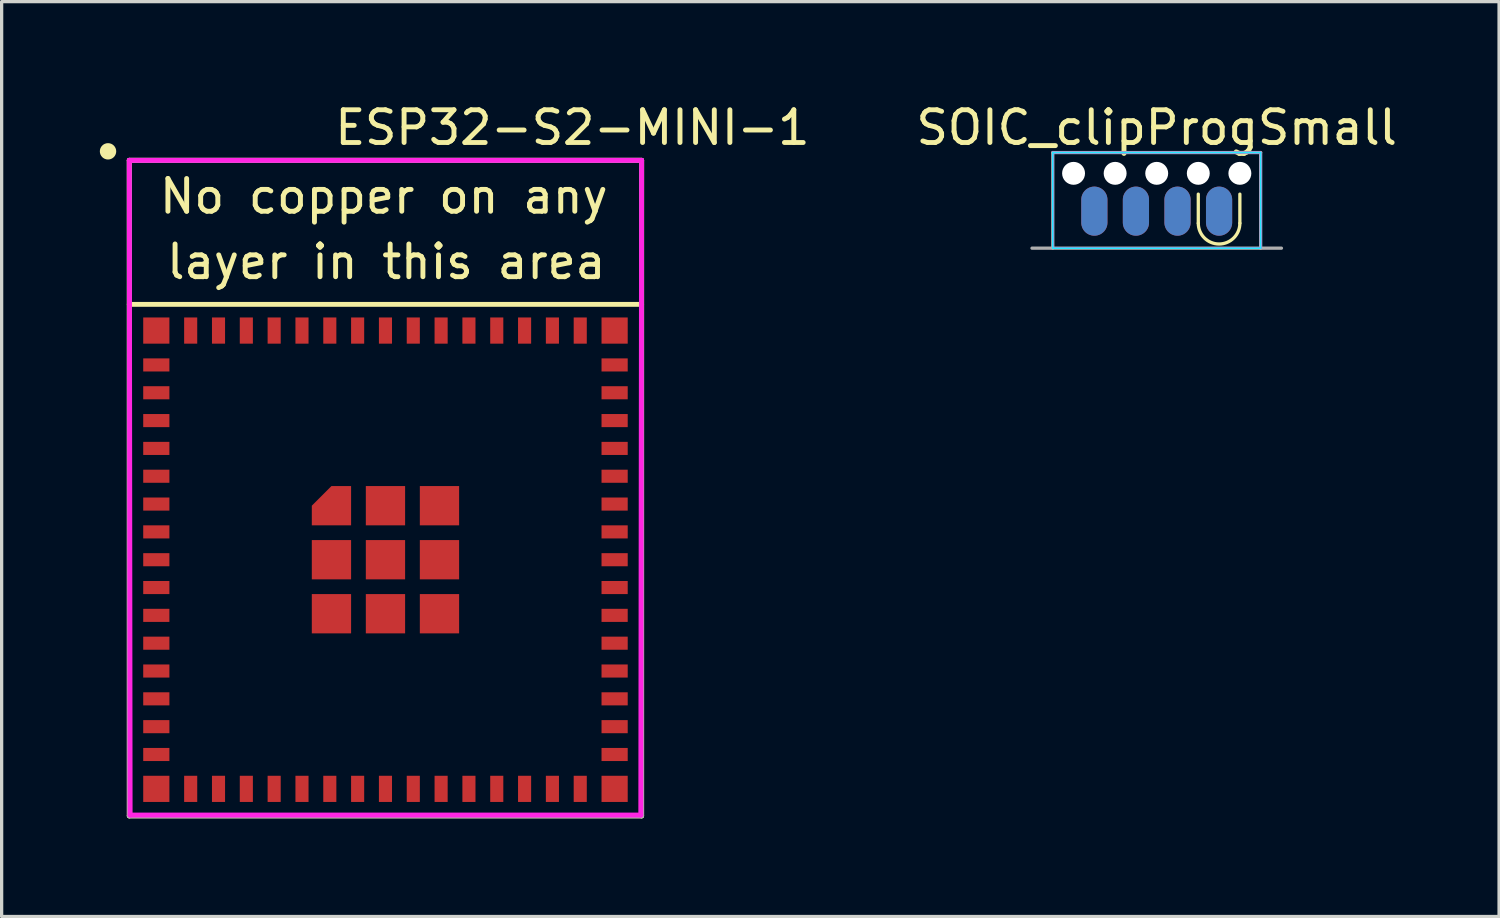
<source format=kicad_pcb>
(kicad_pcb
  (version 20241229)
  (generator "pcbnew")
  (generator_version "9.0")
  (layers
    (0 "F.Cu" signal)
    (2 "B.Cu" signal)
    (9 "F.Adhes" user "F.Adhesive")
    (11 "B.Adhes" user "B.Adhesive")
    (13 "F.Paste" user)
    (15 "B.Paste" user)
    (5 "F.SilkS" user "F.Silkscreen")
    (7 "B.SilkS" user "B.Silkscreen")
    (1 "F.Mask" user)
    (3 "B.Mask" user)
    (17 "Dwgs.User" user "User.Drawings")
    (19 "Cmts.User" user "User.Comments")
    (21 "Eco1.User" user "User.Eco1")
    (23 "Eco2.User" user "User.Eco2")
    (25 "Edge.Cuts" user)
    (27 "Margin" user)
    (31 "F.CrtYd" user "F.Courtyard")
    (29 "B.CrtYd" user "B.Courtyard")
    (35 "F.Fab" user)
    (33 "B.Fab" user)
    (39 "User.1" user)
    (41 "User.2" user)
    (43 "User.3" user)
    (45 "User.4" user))
  (footprint "ESP32-S2-MINI-1"
    (layer "F.Cu")
    (at 8.725 14.048)
    (property "Reference" "ESP32-S2-MINI-1" (at -1.625 -13.2 0) (layer "F.SilkS") (effects (font (size 1 1) (thickness 0.15)) (justify left)))
    (attr through_hole)
    (fp_line (start -7.825 -12.2) (end 7.825 -12.2) (stroke (width 0.15) (type solid)) (layer "F.SilkS"))
    (fp_line (start -7.825 -7.8) (end 7.825 -7.8) (stroke (width 0.15) (type solid)) (layer "F.SilkS"))
    (fp_line (start -7.825 7.825) (end -7.825 -12.2) (stroke (width 0.15) (type solid)) (layer "F.SilkS"))
    (fp_line (start 7.825 -12.2) (end 7.825 7.825) (stroke (width 0.15) (type solid)) (layer "F.SilkS"))
    (fp_line (start 7.825 7.825) (end -7.825 7.825) (stroke (width 0.15) (type solid)) (layer "F.SilkS"))
    (fp_circle (center -8.475 -12.475) (end -8.35 -12.475) (stroke (width 0.25) (type solid)) (fill no) (layer "F.SilkS"))
    (fp_line (start -7.825 -12.2) (end -7.8 7.8) (stroke (width 0.15) (type solid)) (layer "F.CrtYd"))
    (fp_line (start -7.8 7.8) (end 7.8 7.8) (stroke (width 0.15) (type solid)) (layer "F.CrtYd"))
    (fp_line (start 7.8 7.8) (end 7.825 -12.2) (stroke (width 0.15) (type solid)) (layer "F.CrtYd"))
    (fp_line (start 7.825 -12.2) (end -7.825 -12.2) (stroke (width 0.15) (type solid)) (layer "F.CrtYd"))
    (fp_line (start -7.825 -12.2) (end 7.825 -12.2) (stroke (width 0.15) (type solid)) (layer "F.Fab"))
    (fp_line (start -7.825 7.825) (end -7.825 -12.2) (stroke (width 0.15) (type solid)) (layer "F.Fab"))
    (fp_line (start 7.825 -12.2) (end 7.825 7.825) (stroke (width 0.15) (type solid)) (layer "F.Fab"))
    (fp_line (start 7.825 7.825) (end -7.825 7.825) (stroke (width 0.15) (type solid)) (layer "F.Fab"))
    (fp_text user "layer in this area" (at 0.025 -9.1 0) (layer "F.SilkS") (effects (font (size 1 1) (thickness 0.15))))
    (fp_text user "No copper on any" (at -0.05 -11.1 0) (layer "F.SilkS") (effects (font (size 1 1) (thickness 0.15))))
    (pad "1" smd rect (at -7 -5.95) (size 0.8 0.4) (layers "F.Cu" "F.Mask" "F.Paste"))
    (pad "2" smd rect (at -7 -5.1) (size 0.8 0.4) (layers "F.Cu" "F.Mask" "F.Paste"))
    (pad "3" smd rect (at -7 -4.25) (size 0.8 0.4) (layers "F.Cu" "F.Mask" "F.Paste"))
    (pad "4" smd rect (at -7 -3.4) (size 0.8 0.4) (layers "F.Cu" "F.Mask" "F.Paste"))
    (pad "5" smd rect (at -7 -2.55) (size 0.8 0.4) (layers "F.Cu" "F.Mask" "F.Paste"))
    (pad "6" smd rect (at -7 -1.7) (size 0.8 0.4) (layers "F.Cu" "F.Mask" "F.Paste"))
    (pad "7" smd rect (at -7 -0.85) (size 0.8 0.4) (layers "F.Cu" "F.Mask" "F.Paste"))
    (pad "8" smd rect (at -7 0) (size 0.8 0.4) (layers "F.Cu" "F.Mask" "F.Paste"))
    (pad "9" smd rect (at -7 0.85) (size 0.8 0.4) (layers "F.Cu" "F.Mask" "F.Paste"))
    (pad "10" smd rect (at -7 1.7) (size 0.8 0.4) (layers "F.Cu" "F.Mask" "F.Paste"))
    (pad "11" smd rect (at -7 2.55) (size 0.8 0.4) (layers "F.Cu" "F.Mask" "F.Paste"))
    (pad "12" smd rect (at -7 3.4) (size 0.8 0.4) (layers "F.Cu" "F.Mask" "F.Paste"))
    (pad "13" smd rect (at -7 4.25) (size 0.8 0.4) (layers "F.Cu" "F.Mask" "F.Paste"))
    (pad "14" smd rect (at -7 5.1) (size 0.8 0.4) (layers "F.Cu" "F.Mask" "F.Paste"))
    (pad "15" smd rect (at -7 5.95) (size 0.8 0.4) (layers "F.Cu" "F.Mask" "F.Paste"))
    (pad "16" smd rect (at -5.95 7) (size 0.4 0.8) (layers "F.Cu" "F.Mask" "F.Paste"))
    (pad "17" smd rect (at -5.1 7) (size 0.4 0.8) (layers "F.Cu" "F.Mask" "F.Paste"))
    (pad "18" smd rect (at -4.25 7) (size 0.4 0.8) (layers "F.Cu" "F.Mask" "F.Paste"))
    (pad "19" smd rect (at -3.4 7) (size 0.4 0.8) (layers "F.Cu" "F.Mask" "F.Paste"))
    (pad "20" smd rect (at -2.55 7) (size 0.4 0.8) (layers "F.Cu" "F.Mask" "F.Paste"))
    (pad "21" smd rect (at -1.7 7) (size 0.4 0.8) (layers "F.Cu" "F.Mask" "F.Paste"))
    (pad "22" smd rect (at -0.85 7) (size 0.4 0.8) (layers "F.Cu" "F.Mask" "F.Paste"))
    (pad "23" smd rect (at 0 7) (size 0.4 0.8) (layers "F.Cu" "F.Mask" "F.Paste"))
    (pad "24" smd rect (at 0.85 7) (size 0.4 0.8) (layers "F.Cu" "F.Mask" "F.Paste"))
    (pad "25" smd rect (at 1.7 7) (size 0.4 0.8) (layers "F.Cu" "F.Mask" "F.Paste"))
    (pad "26" smd rect (at 2.55 7) (size 0.4 0.8) (layers "F.Cu" "F.Mask" "F.Paste"))
    (pad "27" smd rect (at 3.4 7) (size 0.4 0.8) (layers "F.Cu" "F.Mask" "F.Paste"))
    (pad "28" smd rect (at 4.25 7) (size 0.4 0.8) (layers "F.Cu" "F.Mask" "F.Paste"))
    (pad "29" smd rect (at 5.1 7) (size 0.4 0.8) (layers "F.Cu" "F.Mask" "F.Paste"))
    (pad "30" smd rect (at 5.95 7) (size 0.4 0.8) (layers "F.Cu" "F.Mask" "F.Paste"))
    (pad "31" smd rect (at 7 5.95) (size 0.8 0.4) (layers "F.Cu" "F.Mask" "F.Paste"))
    (pad "32" smd rect (at 7 5.1) (size 0.8 0.4) (layers "F.Cu" "F.Mask" "F.Paste"))
    (pad "33" smd rect (at 7 4.25) (size 0.8 0.4) (layers "F.Cu" "F.Mask" "F.Paste"))
    (pad "34" smd rect (at 7 3.4) (size 0.8 0.4) (layers "F.Cu" "F.Mask" "F.Paste"))
    (pad "35" smd rect (at 7 2.55) (size 0.8 0.4) (layers "F.Cu" "F.Mask" "F.Paste"))
    (pad "36" smd rect (at 7 1.7) (size 0.8 0.4) (layers "F.Cu" "F.Mask" "F.Paste"))
    (pad "37" smd rect (at 7 0.85) (size 0.8 0.4) (layers "F.Cu" "F.Mask" "F.Paste"))
    (pad "38" smd rect (at 7 0) (size 0.8 0.4) (layers "F.Cu" "F.Mask" "F.Paste"))
    (pad "39" smd rect (at 7 -0.85) (size 0.8 0.4) (layers "F.Cu" "F.Mask" "F.Paste"))
    (pad "40" smd rect (at 7 -1.7) (size 0.8 0.4) (layers "F.Cu" "F.Mask" "F.Paste"))
    (pad "41" smd rect (at 7 -2.55) (size 0.8 0.4) (layers "F.Cu" "F.Mask" "F.Paste"))
    (pad "42" smd rect (at 7 -3.4) (size 0.8 0.4) (layers "F.Cu" "F.Mask" "F.Paste"))
    (pad "43" smd rect (at 7 -4.25) (size 0.8 0.4) (layers "F.Cu" "F.Mask" "F.Paste"))
    (pad "44" smd rect (at 7 -5.1) (size 0.8 0.4) (layers "F.Cu" "F.Mask" "F.Paste"))
    (pad "45" smd rect (at 7 -5.95) (size 0.8 0.4) (layers "F.Cu" "F.Mask" "F.Paste"))
    (pad "46" smd rect (at 5.95 -7) (size 0.4 0.8) (layers "F.Cu" "F.Mask" "F.Paste"))
    (pad "47" smd rect (at 5.1 -7) (size 0.4 0.8) (layers "F.Cu" "F.Mask" "F.Paste"))
    (pad "48" smd rect (at 4.25 -7) (size 0.4 0.8) (layers "F.Cu" "F.Mask" "F.Paste"))
    (pad "49" smd rect (at 3.4 -7) (size 0.4 0.8) (layers "F.Cu" "F.Mask" "F.Paste"))
    (pad "50" smd rect (at 2.55 -7) (size 0.4 0.8) (layers "F.Cu" "F.Mask" "F.Paste"))
    (pad "51" smd rect (at 1.7 -7) (size 0.4 0.8) (layers "F.Cu" "F.Mask" "F.Paste"))
    (pad "52" smd rect (at 0.85 -7) (size 0.4 0.8) (layers "F.Cu" "F.Mask" "F.Paste"))
    (pad "53" smd rect (at 0 -7) (size 0.4 0.8) (layers "F.Cu" "F.Mask" "F.Paste"))
    (pad "54" smd rect (at -0.85 -7) (size 0.4 0.8) (layers "F.Cu" "F.Mask" "F.Paste"))
    (pad "55" smd rect (at -1.7 -7) (size 0.4 0.8) (layers "F.Cu" "F.Mask" "F.Paste"))
    (pad "56" smd rect (at -2.55 -7) (size 0.4 0.8) (layers "F.Cu" "F.Mask" "F.Paste"))
    (pad "57" smd rect (at -3.4 -7) (size 0.4 0.8) (layers "F.Cu" "F.Mask" "F.Paste"))
    (pad "58" smd rect (at -4.25 -7) (size 0.4 0.8) (layers "F.Cu" "F.Mask" "F.Paste"))
    (pad "59" smd rect (at -5.1 -7) (size 0.4 0.8) (layers "F.Cu" "F.Mask" "F.Paste"))
    (pad "60" smd rect (at -5.95 -7) (size 0.4 0.8) (layers "F.Cu" "F.Mask" "F.Paste"))
    (pad "61" smd custom (at -1.65 -1.65) (size 0.5 0.5) (layers "F.Cu" "F.Mask" "F.Paste") (options (anchor circle)) (primitives (gr_poly (pts (xy -0.6 0) (xy -0.6 0.6) (xy 0.6 0.6) (xy 0.6 -0.6) (xy 0 -0.6) (xy -0.6 0)) (width 0) (fill yes))))
    (pad "61" smd rect (at -1.65 0) (size 1.2 1.2) (layers "F.Cu" "F.Mask" "F.Paste"))
    (pad "61" smd rect (at -1.65 1.65) (size 1.2 1.2) (layers "F.Cu" "F.Mask" "F.Paste"))
    (pad "61" smd rect (at 0 -1.65) (size 1.2 1.2) (layers "F.Cu" "F.Mask" "F.Paste"))
    (pad "61" smd rect (at 0 0) (size 1.2 1.2) (layers "F.Cu" "F.Mask" "F.Paste"))
    (pad "61" smd rect (at 0 1.65) (size 1.2 1.2) (layers "F.Cu" "F.Mask" "F.Paste"))
    (pad "61" smd rect (at 1.65 -1.65) (size 1.2 1.2) (layers "F.Cu" "F.Mask" "F.Paste"))
    (pad "61" smd rect (at 1.65 0) (size 1.2 1.2) (layers "F.Cu" "F.Mask" "F.Paste"))
    (pad "61" smd rect (at 1.65 1.65) (size 1.2 1.2) (layers "F.Cu" "F.Mask" "F.Paste"))
    (pad "62" smd rect (at -7 -7) (size 0.8 0.8) (layers "F.Cu" "F.Mask" "F.Paste"))
    (pad "63" smd rect (at -7 7) (size 0.8 0.8) (layers "F.Cu" "F.Mask" "F.Paste"))
    (pad "64" smd rect (at 7 7) (size 0.8 0.8) (layers "F.Cu" "F.Mask" "F.Paste"))
    (pad "65" smd rect (at 7 -7) (size 0.8 0.8) (layers "F.Cu" "F.Mask" "F.Paste")))
  (footprint "SOIC_clipProgSmall"
    (layer "F.Cu")
    (at 32.285 4.15)
    (property "Reference" "SOIC_clipProgSmall" (at 0 -3.302 0) (layer "F.SilkS") (effects (font (size 1 1) (thickness 0.15))))
    (attr through_hole)
    (fp_line (start 1.27 -0.381) (end 1.27 -1.27) (stroke (width 0.1) (type solid)) (layer "F.SilkS"))
    (fp_line (start 2.54 -0.381) (end 2.54 -1.27) (stroke (width 0.1) (type solid)) (layer "F.SilkS"))
    (fp_arc (start 2.54 -0.381) (mid 1.905 0.254) (end 1.27 -0.381) (stroke (width 0.1) (type solid)) (layer "F.SilkS"))
    (fp_line (start -3.175 -2.54) (end 3.175 -2.54) (stroke (width 0.05) (type solid)) (layer "B.CrtYd"))
    (fp_line (start -3.175 0.381) (end -3.175 -2.54) (stroke (width 0.05) (type solid)) (layer "B.CrtYd"))
    (fp_line (start 3.175 -2.54) (end 3.175 0.381) (stroke (width 0.05) (type solid)) (layer "B.CrtYd"))
    (fp_line (start 3.175 0.381) (end -3.175 0.381) (stroke (width 0.05) (type solid)) (layer "B.CrtYd"))
    (fp_line (start -3.175 -2.54) (end -3.175 0.381) (stroke (width 0.05) (type solid)) (layer "F.CrtYd"))
    (fp_line (start -3.175 0.381) (end 3.175 0.381) (stroke (width 0.05) (type solid)) (layer "F.CrtYd"))
    (fp_line (start 3.175 -2.54) (end -3.175 -2.54) (stroke (width 0.05) (type solid)) (layer "F.CrtYd"))
    (fp_line (start 3.175 0.381) (end 3.175 -2.54) (stroke (width 0.05) (type solid)) (layer "F.CrtYd"))
    (fp_line (start -3.81 0.381) (end 3.81 0.381) (stroke (width 0.1) (type solid)) (layer "F.Fab"))
    (fp_line (start -3.175 -2.54) (end -3.175 0.381) (stroke (width 0.1) (type solid)) (layer "F.Fab"))
    (fp_line (start 3.175 -2.54) (end -3.175 -2.54) (stroke (width 0.1) (type solid)) (layer "F.Fab"))
    (fp_line (start 3.175 0.381) (end 3.175 -2.54) (stroke (width 0.1) (type solid)) (layer "F.Fab"))
    (pad "" np_thru_hole circle (at -2.54 -1.905) (size 0.7 0.7) (drill 0.7) (layers "*.Cu" "*.Mask"))
    (pad "" np_thru_hole circle (at -1.27 -1.905) (size 0.7 0.7) (drill 0.7) (layers "*.Cu" "*.Mask"))
    (pad "" np_thru_hole circle (at 0 -1.905) (size 0.7 0.7) (drill 0.7) (layers "*.Cu" "*.Mask"))
    (pad "" np_thru_hole circle (at 1.27 -1.905) (size 0.7 0.7) (drill 0.7) (layers "*.Cu" "*.Mask"))
    (pad "" np_thru_hole circle (at 2.54 -1.905) (size 0.7 0.7) (drill 0.7) (layers "*.Cu" "*.Mask"))
    (pad "1" smd oval (at 1.905 -0.75) (size 0.8 1.5) (layers "F.Cu" "F.Mask"))
    (pad "2" smd oval (at 0.635 -0.75) (size 0.8 1.5) (layers "F.Cu" "F.Mask"))
    (pad "3" smd oval (at -0.635 -0.75) (size 0.8 1.5) (layers "F.Cu" "F.Mask"))
    (pad "4" smd oval (at -1.905 -0.75) (size 0.8 1.5) (layers "F.Cu" "F.Mask"))
    (pad "5" smd oval (at -1.905 -0.75) (size 0.8 1.5) (layers "B.Cu" "B.Mask"))
    (pad "6" smd oval (at -0.635 -0.75) (size 0.8 1.5) (layers "B.Cu" "B.Mask"))
    (pad "7" smd oval (at 0.635 -0.75) (size 0.8 1.5) (layers "B.Cu" "B.Mask"))
    (pad "8" smd oval (at 1.905 -0.75) (size 0.8 1.5) (layers "B.Cu" "B.Mask")))
  (gr_rect
    (start -3 -3)
    (end 42.743 24.948)
    (stroke (width 0.1) (type default))
    (fill no)
    (layer "Edge.Cuts")))
</source>
